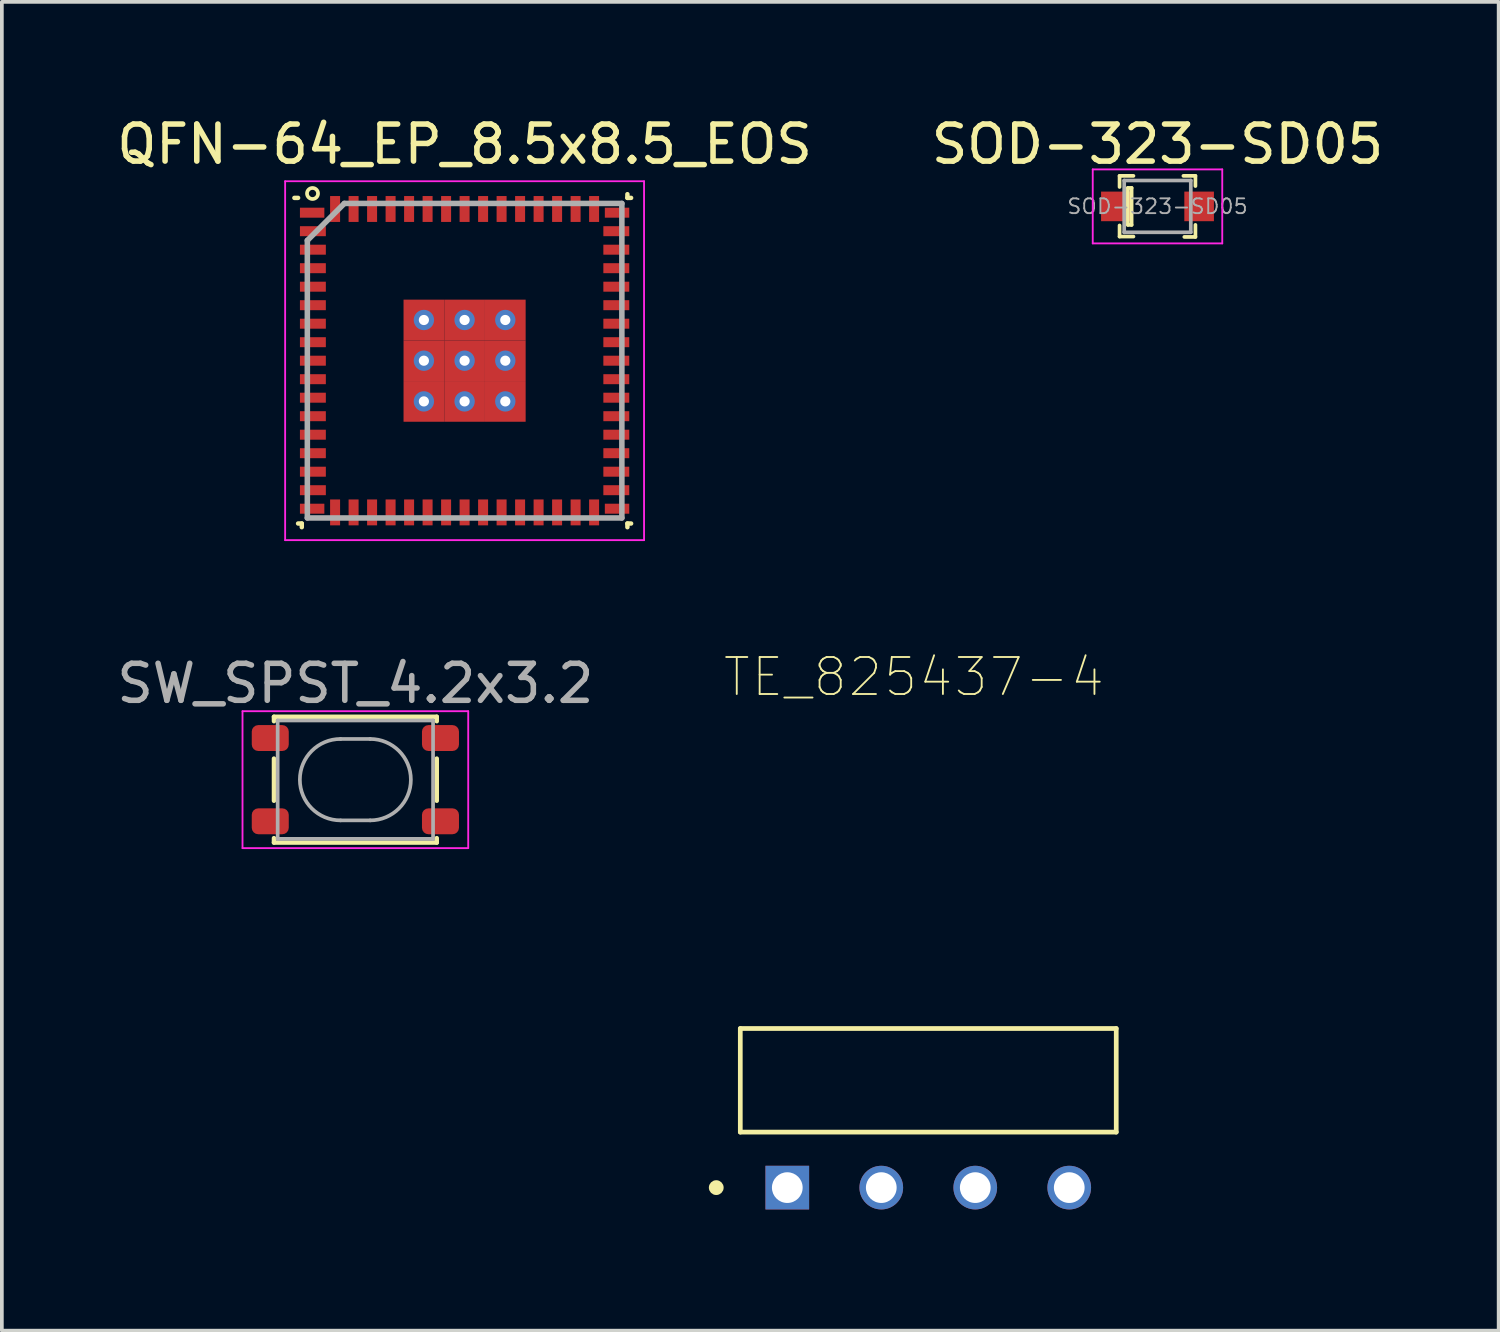
<source format=kicad_pcb>
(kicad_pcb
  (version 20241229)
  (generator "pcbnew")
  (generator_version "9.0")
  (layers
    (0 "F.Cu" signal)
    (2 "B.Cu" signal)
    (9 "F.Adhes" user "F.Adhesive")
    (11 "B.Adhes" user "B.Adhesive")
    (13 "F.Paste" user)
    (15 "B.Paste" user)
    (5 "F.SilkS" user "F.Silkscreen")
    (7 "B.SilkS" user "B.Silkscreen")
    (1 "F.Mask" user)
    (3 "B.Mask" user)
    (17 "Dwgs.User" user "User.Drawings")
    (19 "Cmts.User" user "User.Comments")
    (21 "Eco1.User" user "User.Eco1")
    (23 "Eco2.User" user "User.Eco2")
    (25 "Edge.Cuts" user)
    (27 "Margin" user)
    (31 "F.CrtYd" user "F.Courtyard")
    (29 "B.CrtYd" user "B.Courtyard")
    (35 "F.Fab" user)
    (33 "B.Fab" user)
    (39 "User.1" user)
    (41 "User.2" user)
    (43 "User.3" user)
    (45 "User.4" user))
  (footprint "SOD-323-SD05"
    (layer "F.Cu")
    (at 28.232 2.528)
    (property "Reference" "SOD-323-SD05" (at 0 -1.68 0) (layer "F.SilkS") (effects (font (size 1 1) (thickness 0.15))))
    (attr smd)
    (fp_line (start -1.025 -0.825) (end -1.025 -0.525) (stroke (width 0.1) (type solid)) (layer "F.SilkS"))
    (fp_line (start -1.025 0.515) (end -1.025 0.815) (stroke (width 0.1) (type solid)) (layer "F.SilkS"))
    (fp_line (start -0.8 -0.5) (end -0.8 0.5) (stroke (width 0.1) (type solid)) (layer "F.SilkS"))
    (fp_line (start -0.8 0.5) (end -0.7 0.5) (stroke (width 0.1) (type solid)) (layer "F.SilkS"))
    (fp_line (start -0.7 -0.5) (end -0.8 -0.5) (stroke (width 0.1) (type solid)) (layer "F.SilkS"))
    (fp_line (start -0.7 0.5) (end -0.7 -0.5) (stroke (width 0.1) (type solid)) (layer "F.SilkS"))
    (fp_line (start -0.65 -0.825) (end -1.025 -0.825) (stroke (width 0.1) (type solid)) (layer "F.SilkS"))
    (fp_line (start -0.65 0.815) (end -1.025 0.815) (stroke (width 0.1) (type solid)) (layer "F.SilkS"))
    (fp_line (start 0.7 -0.825) (end 1.025 -0.825) (stroke (width 0.1) (type solid)) (layer "F.SilkS"))
    (fp_line (start 1.025 -0.825) (end 1.025 -0.55) (stroke (width 0.1) (type solid)) (layer "F.SilkS"))
    (fp_line (start 1.025 0.5) (end 1.025 0.825) (stroke (width 0.1) (type solid)) (layer "F.SilkS"))
    (fp_line (start 1.025 0.825) (end 0.725 0.825) (stroke (width 0.1) (type solid)) (layer "F.SilkS"))
    (fp_line (start -1.75 -1) (end 1.75 -1) (stroke (width 0.05) (type solid)) (layer "F.CrtYd"))
    (fp_line (start -1.75 1) (end -1.75 -1) (stroke (width 0.05) (type solid)) (layer "F.CrtYd"))
    (fp_line (start 1.75 -1) (end 1.75 1) (stroke (width 0.05) (type solid)) (layer "F.CrtYd"))
    (fp_line (start 1.75 1) (end -1.75 1) (stroke (width 0.05) (type solid)) (layer "F.CrtYd"))
    (fp_line (start -0.9 0.7) (end -0.9 -0.7) (stroke (width 0.1) (type solid)) (layer "F.Fab"))
    (fp_line (start -0.9 0.7) (end 0.9 0.7) (stroke (width 0.1) (type solid)) (layer "F.Fab"))
    (fp_line (start 0.9 -0.7) (end -0.9 -0.7) (stroke (width 0.1) (type solid)) (layer "F.Fab"))
    (fp_line (start 0.9 -0.7) (end 0.9 0.7) (stroke (width 0.1) (type solid)) (layer "F.Fab"))
    (fp_text user "${REFERENCE}" (at 0 0 0) (layer "F.Fab") (effects (font (size 0.4 0.4) (thickness 0.05))))
    (pad "A" smd rect (at 1.125 0) (size 0.8 0.8) (layers "F.Cu" "F.Mask" "F.Paste"))
    (pad "K" smd rect (at -1.125 0) (size 0.8 0.8) (layers "F.Cu" "F.Mask" "F.Paste")))
  (footprint "QFN-64_EP_8.5x8.5_EOS"
    (layer "F.Cu")
    (at 9.506 6.698)
    (property "Reference" "QFN-64_EP_8.5x8.5_EOS" (at 0 -5.85 0) (layer "F.SilkS") (effects (font (size 1 1) (thickness 0.15))))
    (attr smd)
    (fp_line (start -4.5 -4.4) (end -4.6 -4.4) (stroke (width 0.12) (type solid)) (layer "F.SilkS"))
    (fp_line (start -4.5 4.4) (end -4.4 4.4) (stroke (width 0.12) (type solid)) (layer "F.SilkS"))
    (fp_line (start -4.4 4.4) (end -4.4 4.5) (stroke (width 0.12) (type solid)) (layer "F.SilkS"))
    (fp_line (start 4.4 -4.4) (end 4.4 -4.5) (stroke (width 0.12) (type solid)) (layer "F.SilkS"))
    (fp_line (start 4.4 4.4) (end 4.4 4.5) (stroke (width 0.12) (type solid)) (layer "F.SilkS"))
    (fp_line (start 4.5 -4.4) (end 4.4 -4.4) (stroke (width 0.12) (type solid)) (layer "F.SilkS"))
    (fp_line (start 4.5 4.4) (end 4.4 4.4) (stroke (width 0.12) (type solid)) (layer "F.SilkS"))
    (fp_circle (center -4.11 -4.519) (end -4.01 -4.409) (stroke (width 0.1) (type solid)) (fill no) (layer "F.SilkS"))
    (fp_line (start -4.85 -4.85) (end 4.85 -4.85) (stroke (width 0.05) (type solid)) (layer "F.CrtYd"))
    (fp_line (start -4.85 4.85) (end -4.85 -4.85) (stroke (width 0.05) (type solid)) (layer "F.CrtYd"))
    (fp_line (start 4.85 -4.85) (end 4.85 4.85) (stroke (width 0.05) (type solid)) (layer "F.CrtYd"))
    (fp_line (start 4.85 4.85) (end -4.85 4.85) (stroke (width 0.05) (type solid)) (layer "F.CrtYd"))
    (fp_line (start -4.25 -3.25) (end -4.25 4.25) (stroke (width 0.15) (type solid)) (layer "F.Fab"))
    (fp_line (start -4.25 4.25) (end 4.25 4.25) (stroke (width 0.15) (type solid)) (layer "F.Fab"))
    (fp_line (start -3.25 -4.25) (end -4.25 -3.25) (stroke (width 0.15) (type solid)) (layer "F.Fab"))
    (fp_line (start 4.25 -4.25) (end -3.25 -4.25) (stroke (width 0.15) (type solid)) (layer "F.Fab"))
    (fp_line (start 4.25 4.25) (end 4.25 -4.25) (stroke (width 0.15) (type solid)) (layer "F.Fab"))
    (pad "1" smd rect (at -4.12 -4 90) (size 0.27 0.66) (layers "F.Cu" "F.Mask" "F.Paste"))
    (pad "2" smd rect (at -4.1 -3.5 90) (size 0.27 0.7) (layers "F.Cu" "F.Mask" "F.Paste"))
    (pad "3" smd rect (at -4.1 -3 90) (size 0.27 0.7) (layers "F.Cu" "F.Mask" "F.Paste"))
    (pad "4" smd rect (at -4.1 -2.5 90) (size 0.27 0.7) (layers "F.Cu" "F.Mask" "F.Paste"))
    (pad "5" smd rect (at -4.1 -2 90) (size 0.27 0.7) (layers "F.Cu" "F.Mask" "F.Paste"))
    (pad "6" smd rect (at -4.1 -1.5 90) (size 0.27 0.7) (layers "F.Cu" "F.Mask" "F.Paste"))
    (pad "7" smd rect (at -4.1 -1 90) (size 0.27 0.7) (layers "F.Cu" "F.Mask" "F.Paste"))
    (pad "8" smd rect (at -4.1 -0.5 90) (size 0.27 0.7) (layers "F.Cu" "F.Mask" "F.Paste"))
    (pad "9" smd rect (at -4.1 0 90) (size 0.27 0.7) (layers "F.Cu" "F.Mask" "F.Paste"))
    (pad "10" smd rect (at -4.1 0.5 90) (size 0.27 0.7) (layers "F.Cu" "F.Mask" "F.Paste"))
    (pad "11" smd rect (at -4.1 1 90) (size 0.27 0.7) (layers "F.Cu" "F.Mask" "F.Paste"))
    (pad "12" smd rect (at -4.1 1.5 90) (size 0.27 0.7) (layers "F.Cu" "F.Mask" "F.Paste"))
    (pad "13" smd rect (at -4.1 2 90) (size 0.27 0.7) (layers "F.Cu" "F.Mask" "F.Paste"))
    (pad "14" smd rect (at -4.1 2.5 90) (size 0.27 0.7) (layers "F.Cu" "F.Mask" "F.Paste"))
    (pad "15" smd rect (at -4.1 3 90) (size 0.27 0.7) (layers "F.Cu" "F.Mask" "F.Paste"))
    (pad "16" smd rect (at -4.1 3.5 90) (size 0.27 0.7) (layers "F.Cu" "F.Mask" "F.Paste"))
    (pad "17" smd rect (at -4.12 4 90) (size 0.27 0.66) (layers "F.Cu" "F.Mask" "F.Paste"))
    (pad "18" smd rect (at -3.5 4.1) (size 0.27 0.7) (layers "F.Cu" "F.Mask" "F.Paste"))
    (pad "19" smd rect (at -3 4.1) (size 0.27 0.7) (layers "F.Cu" "F.Mask" "F.Paste"))
    (pad "20" smd rect (at -2.5 4.1) (size 0.27 0.7) (layers "F.Cu" "F.Mask" "F.Paste"))
    (pad "21" smd rect (at -2 4.1) (size 0.27 0.7) (layers "F.Cu" "F.Mask" "F.Paste"))
    (pad "22" smd rect (at -1.5 4.1) (size 0.27 0.7) (layers "F.Cu" "F.Mask" "F.Paste"))
    (pad "23" smd rect (at -1 4.1) (size 0.27 0.7) (layers "F.Cu" "F.Mask" "F.Paste"))
    (pad "24" smd rect (at -0.5 4.1) (size 0.27 0.7) (layers "F.Cu" "F.Mask" "F.Paste"))
    (pad "25" smd rect (at 0 4.1) (size 0.27 0.7) (layers "F.Cu" "F.Mask" "F.Paste"))
    (pad "26" smd rect (at 0.5 4.1) (size 0.27 0.7) (layers "F.Cu" "F.Mask" "F.Paste"))
    (pad "27" smd rect (at 1 4.1) (size 0.27 0.7) (layers "F.Cu" "F.Mask" "F.Paste"))
    (pad "28" smd rect (at 1.5 4.1) (size 0.27 0.7) (layers "F.Cu" "F.Mask" "F.Paste"))
    (pad "29" smd rect (at 2 4.1) (size 0.27 0.7) (layers "F.Cu" "F.Mask" "F.Paste"))
    (pad "30" smd rect (at 2.5 4.1) (size 0.27 0.7) (layers "F.Cu" "F.Mask" "F.Paste"))
    (pad "31" smd rect (at 3 4.1) (size 0.27 0.7) (layers "F.Cu" "F.Mask" "F.Paste"))
    (pad "32" smd rect (at 3.5 4.1) (size 0.27 0.7) (layers "F.Cu" "F.Mask" "F.Paste"))
    (pad "33" smd rect (at 4.12 4 90) (size 0.27 0.66) (layers "F.Cu" "F.Mask" "F.Paste"))
    (pad "34" smd rect (at 4.1 3.5 90) (size 0.27 0.7) (layers "F.Cu" "F.Mask" "F.Paste"))
    (pad "35" smd rect (at 4.1 3 90) (size 0.27 0.7) (layers "F.Cu" "F.Mask" "F.Paste"))
    (pad "36" smd rect (at 4.1 2.5 90) (size 0.27 0.7) (layers "F.Cu" "F.Mask" "F.Paste"))
    (pad "37" smd rect (at 4.1 2 90) (size 0.27 0.7) (layers "F.Cu" "F.Mask" "F.Paste"))
    (pad "38" smd rect (at 4.1 1.5 90) (size 0.27 0.7) (layers "F.Cu" "F.Mask" "F.Paste"))
    (pad "39" smd rect (at 4.1 1 90) (size 0.27 0.7) (layers "F.Cu" "F.Mask" "F.Paste"))
    (pad "40" smd rect (at 4.1 0.5 90) (size 0.27 0.7) (layers "F.Cu" "F.Mask" "F.Paste"))
    (pad "41" smd rect (at 4.1 0 90) (size 0.27 0.7) (layers "F.Cu" "F.Mask" "F.Paste"))
    (pad "42" smd rect (at 4.1 -0.5 90) (size 0.27 0.7) (layers "F.Cu" "F.Mask" "F.Paste"))
    (pad "43" smd rect (at 4.1 -1 90) (size 0.27 0.7) (layers "F.Cu" "F.Mask" "F.Paste"))
    (pad "44" smd rect (at 4.1 -1.5 90) (size 0.27 0.7) (layers "F.Cu" "F.Mask" "F.Paste"))
    (pad "45" smd rect (at 4.1 -2 90) (size 0.27 0.7) (layers "F.Cu" "F.Mask" "F.Paste"))
    (pad "46" smd rect (at 4.1 -2.5 90) (size 0.27 0.7) (layers "F.Cu" "F.Mask" "F.Paste"))
    (pad "47" smd rect (at 4.1 -3 90) (size 0.27 0.7) (layers "F.Cu" "F.Mask" "F.Paste"))
    (pad "48" smd rect (at 4.1 -3.5 90) (size 0.27 0.7) (layers "F.Cu" "F.Mask" "F.Paste"))
    (pad "49" smd rect (at 4.12 -4 90) (size 0.27 0.66) (layers "F.Cu" "F.Mask" "F.Paste"))
    (pad "50" smd rect (at 3.5 -4.1) (size 0.27 0.7) (layers "F.Cu" "F.Mask" "F.Paste"))
    (pad "51" smd rect (at 3 -4.1) (size 0.27 0.7) (layers "F.Cu" "F.Mask" "F.Paste"))
    (pad "52" smd rect (at 2.5 -4.1) (size 0.27 0.7) (layers "F.Cu" "F.Mask" "F.Paste"))
    (pad "53" smd rect (at 2 -4.1) (size 0.27 0.7) (layers "F.Cu" "F.Mask" "F.Paste"))
    (pad "54" smd rect (at 1.5 -4.1) (size 0.27 0.7) (layers "F.Cu" "F.Mask" "F.Paste"))
    (pad "55" smd rect (at 1 -4.1) (size 0.27 0.7) (layers "F.Cu" "F.Mask" "F.Paste"))
    (pad "56" smd rect (at 0.5 -4.1) (size 0.27 0.7) (layers "F.Cu" "F.Mask" "F.Paste"))
    (pad "57" smd rect (at 0 -4.1) (size 0.27 0.7) (layers "F.Cu" "F.Mask" "F.Paste"))
    (pad "58" smd rect (at -0.5 -4.1) (size 0.27 0.7) (layers "F.Cu" "F.Mask" "F.Paste"))
    (pad "59" smd rect (at -1 -4.1) (size 0.27 0.7) (layers "F.Cu" "F.Mask" "F.Paste"))
    (pad "60" smd rect (at -1.5 -4.1) (size 0.27 0.7) (layers "F.Cu" "F.Mask" "F.Paste"))
    (pad "61" smd rect (at -2 -4.1) (size 0.27 0.7) (layers "F.Cu" "F.Mask" "F.Paste"))
    (pad "62" smd rect (at -2.5 -4.1) (size 0.27 0.7) (layers "F.Cu" "F.Mask" "F.Paste"))
    (pad "63" smd rect (at -3 -4.1) (size 0.27 0.7) (layers "F.Cu" "F.Mask" "F.Paste"))
    (pad "64" smd rect (at -3.5 -4.1) (size 0.27 0.7) (layers "F.Cu" "F.Mask" "F.Paste"))
    (pad "65" thru_hole circle (at -1.1 -1.1) (size 0.55 0.55) (drill 0.275) (layers "*.Cu" "*.Mask"))
    (pad "65" smd rect (at -1.1 -1.1) (size 1.1 1.1) (layers "F.Cu" "F.Mask" "F.Paste"))
    (pad "65" thru_hole circle (at -1.1 0) (size 0.55 0.55) (drill 0.275) (layers "*.Cu" "*.Mask"))
    (pad "65" smd rect (at -1.1 0) (size 1.1 1.1) (layers "F.Cu" "F.Mask" "F.Paste"))
    (pad "65" thru_hole circle (at -1.1 1.1) (size 0.55 0.55) (drill 0.275) (layers "*.Cu" "*.Mask"))
    (pad "65" smd rect (at -1.1 1.1) (size 1.1 1.1) (layers "F.Cu" "F.Mask" "F.Paste"))
    (pad "65" thru_hole circle (at 0 -1.1) (size 0.55 0.55) (drill 0.275) (layers "*.Cu" "*.Mask"))
    (pad "65" smd rect (at 0 -1.1) (size 1.1 1.1) (layers "F.Cu" "F.Mask" "F.Paste"))
    (pad "65" thru_hole circle (at 0 0) (size 0.55 0.55) (drill 0.275) (layers "*.Cu" "*.Mask"))
    (pad "65" smd rect (at 0 0) (size 1.1 1.1) (layers "F.Cu" "F.Mask" "F.Paste"))
    (pad "65" thru_hole circle (at 0 1.1) (size 0.55 0.55) (drill 0.275) (layers "*.Cu" "*.Mask"))
    (pad "65" smd rect (at 0 1.1) (size 1.1 1.1) (layers "F.Cu" "F.Mask" "F.Paste"))
    (pad "65" thru_hole circle (at 1.1 -1.1) (size 0.55 0.55) (drill 0.275) (layers "*.Cu" "*.Mask"))
    (pad "65" smd rect (at 1.1 -1.1) (size 1.1 1.1) (layers "F.Cu" "F.Mask" "F.Paste"))
    (pad "65" thru_hole circle (at 1.1 0) (size 0.55 0.55) (drill 0.275) (layers "*.Cu" "*.Mask"))
    (pad "65" smd rect (at 1.1 0) (size 1.1 1.1) (layers "F.Cu" "F.Mask" "F.Paste"))
    (pad "65" thru_hole circle (at 1.1 1.1) (size 0.55 0.55) (drill 0.275) (layers "*.Cu" "*.Mask"))
    (pad "65" smd rect (at 1.1 1.1) (size 1.1 1.1) (layers "F.Cu" "F.Mask" "F.Paste")))
  (footprint "TE_825437-4"
    (layer "F.Cu")
    (at 18.227 29.046)
    (property "Reference" "TE_825437-4" (at 3.42 -13.8 0) (layer "F.SilkS") (effects (font (size 1 1) (thickness 0.05))))
    (attr through_hole)
    (fp_line (start -1.27 -1.5) (end -1.27 -4.3) (stroke (width 0.127) (type solid)) (layer "F.SilkS"))
    (fp_line (start 8.89 -4.3) (end -1.27 -4.3) (stroke (width 0.127) (type solid)) (layer "F.SilkS"))
    (fp_line (start 8.89 -4.3) (end 8.89 -1.5) (stroke (width 0.127) (type solid)) (layer "F.SilkS"))
    (fp_line (start 8.89 -1.5) (end -1.27 -1.5) (stroke (width 0.127) (type solid)) (layer "F.SilkS"))
    (fp_circle (center -1.92 0) (end -1.82 0) (stroke (width 0.2) (type solid)) (fill no) (layer "F.SilkS"))
    (fp_line (start -1.52 -12.75) (end 9.14 -12.75) (stroke (width 0.05) (type solid)) (layer "Eco1.User"))
    (fp_line (start -1.52 0.84) (end -1.52 -12.75) (stroke (width 0.05) (type solid)) (layer "Eco1.User"))
    (fp_line (start 9.14 -12.75) (end 9.14 0.84) (stroke (width 0.05) (type solid)) (layer "Eco1.User"))
    (fp_line (start 9.14 0.84) (end -1.52 0.84) (stroke (width 0.05) (type solid)) (layer "Eco1.User"))
    (fp_line (start -1.27 -12.5) (end 8.89 -12.5) (stroke (width 0.127) (type solid)) (layer "Eco2.User"))
    (fp_line (start -1.27 -4.3) (end 8.89 -4.3) (stroke (width 0.127) (type solid)) (layer "Eco2.User"))
    (fp_line (start -1.27 -1.5) (end -1.27 -12.5) (stroke (width 0.127) (type solid)) (layer "Eco2.User"))
    (fp_line (start -1.27 -1.5) (end -1.27 -4.3) (stroke (width 0.127) (type solid)) (layer "Eco2.User"))
    (fp_line (start 8.89 -12.5) (end 8.89 -1.5) (stroke (width 0.127) (type solid)) (layer "Eco2.User"))
    (fp_line (start 8.89 -4.3) (end 8.89 -1.5) (stroke (width 0.127) (type solid)) (layer "Eco2.User"))
    (fp_line (start 8.89 -1.5) (end -1.27 -1.5) (stroke (width 0.127) (type solid)) (layer "Eco2.User"))
    (fp_circle (center -1.92 0) (end -1.82 0) (stroke (width 0.2) (type solid)) (fill no) (layer "Eco2.User"))
    (pad "1" thru_hole rect (at 0 0) (size 1.18 1.18) (drill 0.83) (layers "*.Cu" "*.Mask"))
    (pad "2" thru_hole circle (at 2.54 0) (size 1.18 1.18) (drill 0.83) (layers "*.Cu" "*.Mask"))
    (pad "3" thru_hole circle (at 5.08 0) (size 1.18 1.18) (drill 0.83) (layers "*.Cu" "*.Mask"))
    (pad "4" thru_hole circle (at 7.62 0) (size 1.18 1.18) (drill 0.83) (layers "*.Cu" "*.Mask")))
  (footprint "SW_SPST_4.2x3.2"
    (layer "F.Cu")
    (at 6.554 18.021)
    (property "Reference" "SW_SPST_4.2x3.2" (at 0 -2.6 0) (layer "F.Fab") (effects (font (size 1 1) (thickness 0.15))))
    (attr smd)
    (fp_line (start -2.2 -1.7) (end -2.2 -1.58) (stroke (width 0.12) (type solid)) (layer "F.SilkS"))
    (fp_line (start -2.2 -0.57) (end -2.2 0.57) (stroke (width 0.12) (type solid)) (layer "F.SilkS"))
    (fp_line (start -2.2 1.58) (end -2.2 1.7) (stroke (width 0.12) (type solid)) (layer "F.SilkS"))
    (fp_line (start -2.2 1.7) (end 2.2 1.7) (stroke (width 0.12) (type solid)) (layer "F.SilkS"))
    (fp_line (start 2.2 -1.7) (end -2.2 -1.7) (stroke (width 0.12) (type solid)) (layer "F.SilkS"))
    (fp_line (start 2.2 -1.58) (end 2.2 -1.7) (stroke (width 0.12) (type solid)) (layer "F.SilkS"))
    (fp_line (start 2.2 0.57) (end 2.2 -0.57) (stroke (width 0.12) (type solid)) (layer "F.SilkS"))
    (fp_line (start 2.2 1.7) (end 2.2 1.58) (stroke (width 0.12) (type solid)) (layer "F.SilkS"))
    (fp_line (start -3.05 -1.85) (end 3.05 -1.85) (stroke (width 0.05) (type solid)) (layer "F.CrtYd"))
    (fp_line (start -3.05 1.85) (end -3.05 -1.85) (stroke (width 0.05) (type solid)) (layer "F.CrtYd"))
    (fp_line (start 3.05 -1.85) (end 3.05 1.85) (stroke (width 0.05) (type solid)) (layer "F.CrtYd"))
    (fp_line (start 3.05 1.85) (end -3.05 1.85) (stroke (width 0.05) (type solid)) (layer "F.CrtYd"))
    (fp_line (start -2.1 -1.6) (end -2.1 1.6) (stroke (width 0.1) (type solid)) (layer "F.Fab"))
    (fp_line (start -2.1 1.6) (end 2.1 1.6) (stroke (width 0.1) (type solid)) (layer "F.Fab"))
    (fp_line (start -0.4 -1.1) (end 0.4 -1.1) (stroke (width 0.1) (type solid)) (layer "F.Fab"))
    (fp_line (start 0.4 1.1) (end -0.4 1.1) (stroke (width 0.1) (type solid)) (layer "F.Fab"))
    (fp_line (start 2.1 -1.6) (end -2.1 -1.6) (stroke (width 0.1) (type solid)) (layer "F.Fab"))
    (fp_line (start 2.1 1.6) (end 2.1 -1.6) (stroke (width 0.1) (type solid)) (layer "F.Fab"))
    (fp_arc (start -0.4 1.1) (mid -1.5 0) (end -0.4 -1.1) (stroke (width 0.1) (type solid)) (layer "F.Fab"))
    (fp_arc (start 0.4 -1.1) (mid 1.5 0) (end 0.4 1.1) (stroke (width 0.1) (type solid)) (layer "F.Fab"))
    (pad "1" smd roundrect (at -2.3 1.125) (size 1 0.7) (layers "F.Cu" "F.Mask" "F.Paste") (roundrect_rratio 0.25))
    (pad "2" smd roundrect (at 2.3 1.125) (size 1 0.7) (layers "F.Cu" "F.Mask" "F.Paste") (roundrect_rratio 0.25))
    (pad "3" smd roundrect (at -2.3 -1.125) (size 1 0.7) (layers "F.Cu" "F.Mask" "F.Paste") (roundrect_rratio 0.25))
    (pad "4" smd roundrect (at 2.3 -1.125) (size 1 0.7) (layers "F.Cu" "F.Mask" "F.Paste") (roundrect_rratio 0.25)))
  (gr_rect
    (start -3 -3)
    (end 37.452 32.911)
    (stroke (width 0.1) (type default))
    (fill no)
    (layer "Edge.Cuts")))
</source>
